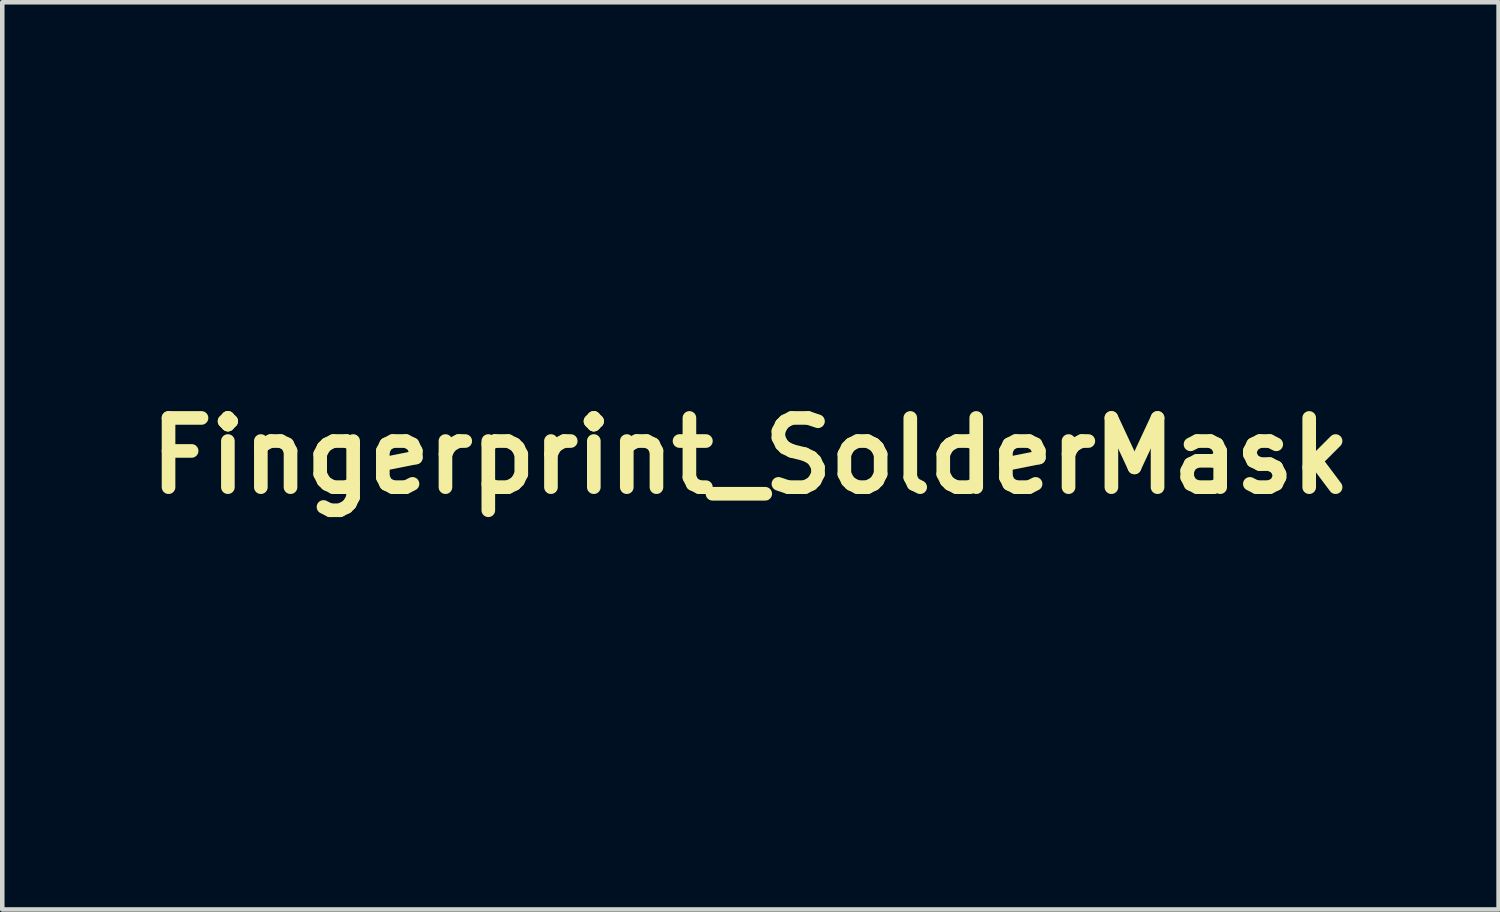
<source format=kicad_pcb>
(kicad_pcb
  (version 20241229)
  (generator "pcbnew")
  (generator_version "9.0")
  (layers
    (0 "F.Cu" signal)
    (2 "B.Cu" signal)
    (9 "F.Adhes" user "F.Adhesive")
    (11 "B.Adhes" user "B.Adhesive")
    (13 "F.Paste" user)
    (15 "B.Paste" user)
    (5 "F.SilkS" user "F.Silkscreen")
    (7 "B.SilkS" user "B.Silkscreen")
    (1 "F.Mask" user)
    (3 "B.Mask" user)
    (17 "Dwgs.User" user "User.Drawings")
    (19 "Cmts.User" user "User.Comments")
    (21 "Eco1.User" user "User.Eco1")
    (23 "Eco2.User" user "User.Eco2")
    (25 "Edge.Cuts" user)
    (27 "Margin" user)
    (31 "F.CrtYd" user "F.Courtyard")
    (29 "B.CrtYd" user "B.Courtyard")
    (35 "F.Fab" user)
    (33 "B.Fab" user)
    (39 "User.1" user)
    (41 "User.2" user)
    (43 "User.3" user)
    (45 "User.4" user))
  (footprint "Fingerprint_SolderMask"
    (layer "F.Cu")
    (at 13.469 6.985)
    (property "Reference" "Fingerprint_SolderMask" (at 0 0 0) (layer "F.SilkS") (effects (font (size 1.524 1.524) (thickness 0.3))))
    (attr through_hole)
    (fp_poly (pts (xy 2.228 4.895) (xy 2.294 4.943) (xy 2.367 5.038) (xy 2.456 5.187) (xy 2.509 5.283) (xy 2.599 5.448) (xy 2.692 5.614) (xy 2.773 5.756) (xy 2.811 5.821) (xy 2.891 5.972) (xy 2.923 6.084) (xy 2.906 6.167) (xy 2.85 6.225) (xy 2.763 6.272) (xy 2.691 6.267) (xy 2.62 6.226) (xy 2.565 6.168) (xy 2.485 6.059) (xy 2.39 5.912) (xy 2.286 5.74) (xy 2.181 5.554) (xy 2.083 5.368) (xy 2.01 5.196) (xy 1.985 5.068) (xy 2.01 4.976) (xy 2.083 4.914) (xy 2.09 4.911) (xy 2.163 4.887) (xy 2.228 4.895)) (stroke (width 0.01) (type solid)) (fill yes) (layer "F.Mask"))
    (fp_poly (pts (xy -1.786 5.441) (xy -1.697 5.482) (xy -1.684 5.495) (xy -1.651 5.548) (xy -1.599 5.654) (xy -1.533 5.799) (xy -1.461 5.97) (xy -1.429 6.049) (xy -1.35 6.246) (xy -1.298 6.39) (xy -1.267 6.491) (xy -1.256 6.56) (xy -1.261 6.607) (xy -1.267 6.622) (xy -1.33 6.687) (xy -1.424 6.707) (xy -1.527 6.684) (xy -1.615 6.616) (xy -1.618 6.613) (xy -1.663 6.538) (xy -1.722 6.415) (xy -1.789 6.261) (xy -1.857 6.093) (xy -1.919 5.926) (xy -1.97 5.778) (xy -2.002 5.664) (xy -2.011 5.61) (xy -1.996 5.524) (xy -1.968 5.475) (xy -1.888 5.438) (xy -1.786 5.441)) (stroke (width 0.01) (type solid)) (fill yes) (layer "F.Mask"))
    (fp_poly (pts (xy 0.429 4.521) (xy 0.435 4.524) (xy 0.468 4.571) (xy 0.521 4.671) (xy 0.587 4.813) (xy 0.661 4.982) (xy 0.701 5.08) (xy 0.905 5.563) (xy 1.103 5.981) (xy 1.293 6.334) (xy 1.327 6.39) (xy 1.414 6.56) (xy 1.444 6.691) (xy 1.419 6.784) (xy 1.404 6.802) (xy 1.321 6.84) (xy 1.214 6.835) (xy 1.112 6.79) (xy 1.083 6.765) (xy 1.022 6.684) (xy 0.941 6.549) (xy 0.845 6.372) (xy 0.739 6.163) (xy 0.629 5.934) (xy 0.518 5.694) (xy 0.413 5.455) (xy 0.317 5.229) (xy 0.237 5.025) (xy 0.176 4.854) (xy 0.14 4.729) (xy 0.133 4.678) (xy 0.159 4.572) (xy 0.23 4.504) (xy 0.326 4.483) (xy 0.429 4.521)) (stroke (width 0.01) (type solid)) (fill yes) (layer "F.Mask"))
    (fp_poly (pts (xy 3.963 2.795) (xy 4.016 2.833) (xy 4.041 2.882) (xy 4.084 2.984) (xy 4.138 3.123) (xy 4.197 3.286) (xy 4.2 3.296) (xy 4.273 3.494) (xy 4.354 3.703) (xy 4.433 3.895) (xy 4.484 4.013) (xy 4.545 4.151) (xy 4.592 4.271) (xy 4.618 4.354) (xy 4.621 4.375) (xy 4.592 4.467) (xy 4.516 4.527) (xy 4.417 4.548) (xy 4.316 4.521) (xy 4.294 4.507) (xy 4.25 4.45) (xy 4.188 4.339) (xy 4.114 4.185) (xy 4.033 4.002) (xy 3.949 3.802) (xy 3.868 3.597) (xy 3.794 3.4) (xy 3.733 3.223) (xy 3.69 3.078) (xy 3.67 2.979) (xy 3.669 2.962) (xy 3.699 2.878) (xy 3.774 2.816) (xy 3.87 2.785) (xy 3.963 2.795)) (stroke (width 0.01) (type solid)) (fill yes) (layer "F.Mask"))
    (fp_poly (pts (xy 2.873 1.372) (xy 2.924 1.438) (xy 2.968 1.551) (xy 3.011 1.719) (xy 3.054 1.945) (xy 3.207 2.683) (xy 3.401 3.368) (xy 3.638 4.008) (xy 3.887 4.547) (xy 3.992 4.758) (xy 4.064 4.916) (xy 4.106 5.032) (xy 4.122 5.114) (xy 4.114 5.172) (xy 4.085 5.214) (xy 4.004 5.252) (xy 3.898 5.248) (xy 3.799 5.206) (xy 3.774 5.185) (xy 3.723 5.116) (xy 3.652 4.992) (xy 3.565 4.827) (xy 3.47 4.632) (xy 3.37 4.419) (xy 3.273 4.2) (xy 3.184 3.986) (xy 3.107 3.791) (xy 3.07 3.687) (xy 2.84 2.918) (xy 2.664 2.121) (xy 2.643 2) (xy 2.608 1.778) (xy 2.592 1.615) (xy 2.596 1.501) (xy 2.622 1.426) (xy 2.67 1.38) (xy 2.736 1.355) (xy 2.812 1.347) (xy 2.873 1.372)) (stroke (width 0.01) (type solid)) (fill yes) (layer "F.Mask"))
    (fp_poly (pts (xy 0.207 -6.975) (xy 0.626 -6.953) (xy 1.003 -6.914) (xy 1.363 -6.852) (xy 1.734 -6.766) (xy 1.826 -6.741) (xy 1.961 -6.682) (xy 2.044 -6.598) (xy 2.068 -6.499) (xy 2.052 -6.438) (xy 2.012 -6.378) (xy 1.951 -6.343) (xy 1.858 -6.334) (xy 1.723 -6.348) (xy 1.534 -6.386) (xy 1.482 -6.398) (xy 1.049 -6.486) (xy 0.633 -6.542) (xy 0.203 -6.568) (xy -0.071 -6.571) (xy -0.606 -6.548) (xy -1.12 -6.482) (xy -1.644 -6.369) (xy -1.718 -6.35) (xy -1.875 -6.308) (xy -2.006 -6.274) (xy -2.097 -6.252) (xy -2.133 -6.244) (xy -2.169 -6.266) (xy -2.223 -6.315) (xy -2.287 -6.414) (xy -2.283 -6.509) (xy -2.214 -6.597) (xy -2.082 -6.675) (xy -1.953 -6.72) (xy -1.5 -6.837) (xy -1.058 -6.917) (xy -0.606 -6.964) (xy -0.123 -6.98) (xy 0.207 -6.975)) (stroke (width 0.01) (type solid)) (fill yes) (layer "F.Mask"))
    (fp_poly (pts (xy -4.08 2.007) (xy -4.058 2.027) (xy -4.038 2.079) (xy -4.012 2.187) (xy -3.981 2.339) (xy -3.95 2.52) (xy -3.932 2.636) (xy -3.84 3.202) (xy -3.735 3.758) (xy -3.621 4.286) (xy -3.5 4.771) (xy -3.423 5.044) (xy -3.393 5.194) (xy -3.391 5.323) (xy -3.418 5.413) (xy -3.429 5.426) (xy -3.51 5.463) (xy -3.612 5.46) (xy -3.702 5.418) (xy -3.715 5.405) (xy -3.755 5.334) (xy -3.804 5.202) (xy -3.86 5.018) (xy -3.922 4.791) (xy -3.987 4.529) (xy -4.054 4.241) (xy -4.12 3.936) (xy -4.184 3.623) (xy -4.243 3.31) (xy -4.296 3.006) (xy -4.341 2.721) (xy -4.359 2.584) (xy -4.383 2.394) (xy -4.398 2.262) (xy -4.403 2.174) (xy -4.398 2.117) (xy -4.383 2.079) (xy -4.358 2.048) (xy -4.357 2.046) (xy -4.271 1.992) (xy -4.169 1.978) (xy -4.08 2.007)) (stroke (width 0.01) (type solid)) (fill yes) (layer "F.Mask"))
    (fp_poly (pts (xy -2.798 -4.512) (xy -2.729 -4.444) (xy -2.705 -4.348) (xy -2.717 -4.284) (xy -2.756 -4.231) (xy -2.836 -4.149) (xy -2.944 -4.052) (xy -3.004 -4.003) (xy -3.449 -3.604) (xy -3.831 -3.177) (xy -4.154 -2.716) (xy -4.419 -2.218) (xy -4.63 -1.678) (xy -4.659 -1.587) (xy -4.711 -1.43) (xy -4.761 -1.294) (xy -4.803 -1.195) (xy -4.827 -1.155) (xy -4.914 -1.102) (xy -5.021 -1.104) (xy -5.096 -1.141) (xy -5.135 -1.183) (xy -5.149 -1.247) (xy -5.142 -1.354) (xy -5.141 -1.367) (xy -5.095 -1.596) (xy -5.012 -1.865) (xy -4.897 -2.16) (xy -4.757 -2.467) (xy -4.597 -2.772) (xy -4.424 -3.059) (xy -4.393 -3.105) (xy -4.24 -3.318) (xy -4.058 -3.542) (xy -3.857 -3.768) (xy -3.647 -3.985) (xy -3.441 -4.181) (xy -3.248 -4.346) (xy -3.078 -4.47) (xy -3.004 -4.513) (xy -2.895 -4.54) (xy -2.798 -4.512)) (stroke (width 0.01) (type solid)) (fill yes) (layer "F.Mask"))
    (fp_poly (pts (xy 1.637 -5.982) (xy 1.794 -5.938) (xy 1.988 -5.872) (xy 2.205 -5.788) (xy 2.433 -5.691) (xy 2.658 -5.587) (xy 2.868 -5.481) (xy 2.954 -5.434) (xy 3.157 -5.311) (xy 3.368 -5.17) (xy 3.579 -5.018) (xy 3.781 -4.861) (xy 3.967 -4.706) (xy 4.127 -4.56) (xy 4.254 -4.431) (xy 4.339 -4.325) (xy 4.374 -4.249) (xy 4.375 -4.242) (xy 4.35 -4.16) (xy 4.292 -4.081) (xy 4.221 -4.03) (xy 4.189 -4.023) (xy 4.124 -4.04) (xy 4.075 -4.062) (xy 4.015 -4.105) (xy 3.925 -4.182) (xy 3.821 -4.277) (xy 3.81 -4.288) (xy 3.442 -4.605) (xy 3.022 -4.9) (xy 2.57 -5.163) (xy 2.103 -5.382) (xy 1.836 -5.484) (xy 1.679 -5.542) (xy 1.543 -5.597) (xy 1.444 -5.644) (xy 1.403 -5.669) (xy 1.349 -5.758) (xy 1.349 -5.855) (xy 1.397 -5.94) (xy 1.482 -5.991) (xy 1.529 -5.997) (xy 1.637 -5.982)) (stroke (width 0.01) (type solid)) (fill yes) (layer "F.Mask"))
    (fp_poly (pts (xy 1.289 0.73) (xy 1.347 0.827) (xy 1.354 0.858) (xy 1.363 0.918) (xy 1.377 1.035) (xy 1.394 1.194) (xy 1.414 1.381) (xy 1.426 1.495) (xy 1.519 2.18) (xy 1.654 2.872) (xy 1.826 3.538) (xy 1.839 3.584) (xy 1.906 3.811) (xy 1.955 3.98) (xy 1.985 4.103) (xy 1.999 4.187) (xy 1.999 4.245) (xy 1.985 4.286) (xy 1.959 4.32) (xy 1.944 4.336) (xy 1.86 4.398) (xy 1.781 4.399) (xy 1.702 4.356) (xy 1.646 4.285) (xy 1.582 4.153) (xy 1.514 3.967) (xy 1.442 3.736) (xy 1.368 3.467) (xy 1.295 3.169) (xy 1.225 2.849) (xy 1.159 2.516) (xy 1.099 2.178) (xy 1.048 1.844) (xy 1.006 1.52) (xy 0.983 1.293) (xy 0.967 1.099) (xy 0.958 0.963) (xy 0.957 0.872) (xy 0.964 0.813) (xy 0.98 0.773) (xy 1.005 0.741) (xy 1.098 0.681) (xy 1.199 0.679) (xy 1.289 0.73)) (stroke (width 0.01) (type solid)) (fill yes) (layer "F.Mask"))
    (fp_poly (pts (xy 2.202 -1.995) (xy 2.232 -1.98) (xy 2.306 -1.915) (xy 2.395 -1.797) (xy 2.492 -1.64) (xy 2.59 -1.456) (xy 2.68 -1.259) (xy 2.756 -1.062) (xy 2.757 -1.058) (xy 2.797 -0.94) (xy 2.826 -0.84) (xy 2.847 -0.744) (xy 2.862 -0.638) (xy 2.871 -0.509) (xy 2.878 -0.342) (xy 2.884 -0.123) (xy 2.886 -0.031) (xy 2.89 0.253) (xy 2.888 0.469) (xy 2.881 0.622) (xy 2.868 0.713) (xy 2.86 0.736) (xy 2.793 0.795) (xy 2.699 0.81) (xy 2.604 0.781) (xy 2.565 0.749) (xy 2.543 0.712) (xy 2.526 0.648) (xy 2.512 0.548) (xy 2.502 0.402) (xy 2.492 0.199) (xy 2.488 0.08) (xy 2.467 -0.288) (xy 2.431 -0.601) (xy 2.375 -0.873) (xy 2.294 -1.119) (xy 2.186 -1.353) (xy 2.046 -1.59) (xy 2.022 -1.626) (xy 1.957 -1.761) (xy 1.958 -1.871) (xy 2.025 -1.956) (xy 2.052 -1.973) (xy 2.133 -2.006) (xy 2.202 -1.995)) (stroke (width 0.01) (type solid)) (fill yes) (layer "F.Mask"))
    (fp_poly (pts (xy -2.642 0.526) (xy -2.599 0.573) (xy -2.576 0.645) (xy -2.553 0.781) (xy -2.531 0.977) (xy -2.511 1.226) (xy -2.509 1.246) (xy -2.445 1.979) (xy -2.353 2.672) (xy -2.23 3.354) (xy -2.072 4.052) (xy -2.044 4.162) (xy -1.997 4.352) (xy -1.956 4.52) (xy -1.926 4.655) (xy -1.908 4.741) (xy -1.905 4.765) (xy -1.935 4.841) (xy -2.008 4.907) (xy -2.095 4.939) (xy -2.105 4.939) (xy -2.183 4.914) (xy -2.238 4.871) (xy -2.287 4.787) (xy -2.343 4.643) (xy -2.404 4.445) (xy -2.468 4.202) (xy -2.534 3.923) (xy -2.6 3.616) (xy -2.664 3.289) (xy -2.724 2.952) (xy -2.779 2.611) (xy -2.827 2.277) (xy -2.866 1.957) (xy -2.889 1.729) (xy -2.915 1.427) (xy -2.935 1.187) (xy -2.948 1.001) (xy -2.955 0.861) (xy -2.955 0.758) (xy -2.95 0.685) (xy -2.939 0.634) (xy -2.922 0.595) (xy -2.913 0.582) (xy -2.833 0.511) (xy -2.734 0.492) (xy -2.642 0.526)) (stroke (width 0.01) (type solid)) (fill yes) (layer "F.Mask"))
    (fp_poly (pts (xy -1.725 2.384) (xy -1.645 2.436) (xy -1.625 2.465) (xy -1.605 2.526) (xy -1.578 2.637) (xy -1.55 2.78) (xy -1.535 2.86) (xy -1.43 3.394) (xy -1.29 3.965) (xy -1.122 4.551) (xy -0.933 5.132) (xy -0.729 5.686) (xy -0.529 6.167) (xy -0.447 6.353) (xy -0.377 6.519) (xy -0.323 6.654) (xy -0.29 6.746) (xy -0.282 6.779) (xy -0.309 6.844) (xy -0.361 6.895) (xy -0.426 6.937) (xy -0.473 6.944) (xy -0.539 6.918) (xy -0.564 6.905) (xy -0.626 6.847) (xy -0.706 6.729) (xy -0.8 6.559) (xy -0.904 6.344) (xy -1.016 6.092) (xy -1.133 5.81) (xy -1.249 5.506) (xy -1.363 5.188) (xy -1.432 4.985) (xy -1.514 4.723) (xy -1.595 4.441) (xy -1.674 4.148) (xy -1.748 3.853) (xy -1.815 3.566) (xy -1.874 3.295) (xy -1.922 3.049) (xy -1.957 2.839) (xy -1.977 2.672) (xy -1.981 2.559) (xy -1.974 2.519) (xy -1.911 2.429) (xy -1.821 2.383) (xy -1.725 2.384)) (stroke (width 0.01) (type solid)) (fill yes) (layer "F.Mask"))
    (fp_poly (pts (xy 4.819 -2.051) (xy 4.885 -1.99) (xy 4.946 -1.874) (xy 5.008 -1.697) (xy 5.04 -1.587) (xy 5.104 -1.33) (xy 5.155 -1.074) (xy 5.192 -0.804) (xy 5.218 -0.503) (xy 5.236 -0.157) (xy 5.242 0.053) (xy 5.25 0.308) (xy 5.262 0.571) (xy 5.278 0.821) (xy 5.294 1.04) (xy 5.311 1.205) (xy 5.34 1.451) (xy 5.356 1.635) (xy 5.357 1.767) (xy 5.343 1.855) (xy 5.311 1.907) (xy 5.26 1.933) (xy 5.189 1.94) (xy 5.18 1.94) (xy 5.076 1.908) (xy 5.026 1.855) (xy 4.981 1.747) (xy 4.941 1.569) (xy 4.906 1.321) (xy 4.876 1.004) (xy 4.852 0.619) (xy 4.834 0.194) (xy 4.822 -0.123) (xy 4.81 -0.383) (xy 4.796 -0.598) (xy 4.779 -0.78) (xy 4.756 -0.942) (xy 4.728 -1.098) (xy 4.691 -1.26) (xy 4.645 -1.44) (xy 4.635 -1.476) (xy 4.586 -1.678) (xy 4.563 -1.824) (xy 4.566 -1.925) (xy 4.597 -1.992) (xy 4.651 -2.032) (xy 4.742 -2.063) (xy 4.819 -2.051)) (stroke (width 0.01) (type solid)) (fill yes) (layer "F.Mask"))
    (fp_poly (pts (xy 0.348 -6.185) (xy 0.495 -6.176) (xy 0.596 -6.159) (xy 0.661 -6.132) (xy 0.696 -6.093) (xy 0.711 -6.04) (xy 0.714 -5.977) (xy 0.71 -5.921) (xy 0.692 -5.877) (xy 0.652 -5.844) (xy 0.582 -5.821) (xy 0.474 -5.804) (xy 0.319 -5.792) (xy 0.11 -5.783) (xy -0.151 -5.775) (xy -0.581 -5.756) (xy -0.959 -5.721) (xy -1.301 -5.664) (xy -1.626 -5.583) (xy -1.95 -5.472) (xy -2.29 -5.328) (xy -2.522 -5.218) (xy -3.015 -4.943) (xy -3.483 -4.614) (xy -3.937 -4.222) (xy -3.953 -4.207) (xy -4.12 -4.053) (xy -4.249 -3.95) (xy -4.348 -3.893) (xy -4.424 -3.878) (xy -4.484 -3.902) (xy -4.516 -3.934) (xy -4.555 -4.006) (xy -4.556 -4.089) (xy -4.515 -4.187) (xy -4.429 -4.306) (xy -4.292 -4.453) (xy -4.103 -4.632) (xy -4.025 -4.701) (xy -3.516 -5.108) (xy -2.971 -5.454) (xy -2.391 -5.739) (xy -1.777 -5.962) (xy -1.195 -6.11) (xy -1.045 -6.138) (xy -0.898 -6.159) (xy -0.738 -6.173) (xy -0.551 -6.182) (xy -0.319 -6.187) (xy -0.116 -6.188) (xy 0.147 -6.188) (xy 0.348 -6.185)) (stroke (width 0.01) (type solid)) (fill yes) (layer "F.Mask"))
    (fp_poly (pts (xy -4.97 -0.427) (xy -4.922 -0.379) (xy -4.898 -0.319) (xy -4.893 -0.225) (xy -4.895 -0.153) (xy -4.896 -0.016) (xy -4.893 0.178) (xy -4.886 0.416) (xy -4.876 0.684) (xy -4.862 0.97) (xy -4.846 1.259) (xy -4.829 1.539) (xy -4.811 1.796) (xy -4.793 2.016) (xy -4.779 2.152) (xy -4.752 2.382) (xy -4.718 2.638) (xy -4.683 2.887) (xy -4.656 3.061) (xy -4.619 3.301) (xy -4.597 3.481) (xy -4.592 3.609) (xy -4.605 3.693) (xy -4.638 3.743) (xy -4.693 3.768) (xy -4.771 3.775) (xy -4.786 3.775) (xy -4.88 3.759) (xy -4.938 3.7) (xy -4.951 3.678) (xy -4.977 3.599) (xy -5.009 3.46) (xy -5.044 3.27) (xy -5.083 3.039) (xy -5.122 2.777) (xy -5.16 2.493) (xy -5.196 2.197) (xy -5.207 2.099) (xy -5.226 1.901) (xy -5.242 1.669) (xy -5.256 1.413) (xy -5.267 1.142) (xy -5.276 0.866) (xy -5.282 0.594) (xy -5.285 0.337) (xy -5.285 0.104) (xy -5.281 -0.096) (xy -5.274 -0.252) (xy -5.263 -0.355) (xy -5.251 -0.393) (xy -5.156 -0.465) (xy -5.05 -0.47) (xy -4.97 -0.427)) (stroke (width 0.01) (type solid)) (fill yes) (layer "F.Mask"))
    (fp_poly (pts (xy -1.101 -1.876) (xy -1.038 -1.795) (xy -1.023 -1.702) (xy -1.046 -1.648) (xy -1.108 -1.56) (xy -1.197 -1.453) (xy -1.237 -1.409) (xy -1.435 -1.162) (xy -1.594 -0.888) (xy -1.704 -0.609) (xy -1.731 -0.503) (xy -1.745 -0.408) (xy -1.754 -0.275) (xy -1.758 -0.099) (xy -1.758 0.129) (xy -1.753 0.416) (xy -1.748 0.617) (xy -1.741 0.87) (xy -1.734 1.104) (xy -1.729 1.309) (xy -1.724 1.474) (xy -1.721 1.588) (xy -1.72 1.637) (xy -1.747 1.739) (xy -1.816 1.807) (xy -1.906 1.834) (xy -1.998 1.813) (xy -2.062 1.753) (xy -2.089 1.678) (xy -2.114 1.544) (xy -2.136 1.36) (xy -2.154 1.138) (xy -2.169 0.889) (xy -2.179 0.623) (xy -2.183 0.351) (xy -2.181 0.084) (xy -2.18 0.019) (xy -2.172 -0.207) (xy -2.162 -0.379) (xy -2.148 -0.512) (xy -2.128 -0.624) (xy -2.099 -0.73) (xy -2.073 -0.811) (xy -1.969 -1.077) (xy -1.852 -1.297) (xy -1.706 -1.498) (xy -1.552 -1.667) (xy -1.434 -1.784) (xy -1.348 -1.856) (xy -1.28 -1.893) (xy -1.216 -1.905) (xy -1.208 -1.905) (xy -1.101 -1.876)) (stroke (width 0.01) (type solid)) (fill yes) (layer "F.Mask"))
    (fp_poly (pts (xy 0.165 -5.421) (xy 0.481 -5.402) (xy 0.775 -5.371) (xy 1.024 -5.33) (xy 1.027 -5.329) (xy 1.629 -5.167) (xy 2.194 -4.944) (xy 2.723 -4.662) (xy 3.212 -4.322) (xy 3.66 -3.924) (xy 4.066 -3.471) (xy 4.342 -3.093) (xy 4.453 -2.918) (xy 4.52 -2.787) (xy 4.544 -2.69) (xy 4.529 -2.618) (xy 4.475 -2.562) (xy 4.472 -2.56) (xy 4.386 -2.512) (xy 4.314 -2.517) (xy 4.245 -2.557) (xy 4.194 -2.608) (xy 4.118 -2.703) (xy 4.027 -2.827) (xy 3.964 -2.919) (xy 3.718 -3.244) (xy 3.421 -3.567) (xy 3.087 -3.874) (xy 2.732 -4.153) (xy 2.372 -4.39) (xy 2.045 -4.562) (xy 1.673 -4.717) (xy 1.322 -4.833) (xy 0.969 -4.915) (xy 0.594 -4.967) (xy 0.176 -4.995) (xy 0.123 -4.997) (xy -0.233 -5.002) (xy -0.542 -4.99) (xy -0.825 -4.959) (xy -1.106 -4.904) (xy -1.404 -4.825) (xy -1.568 -4.774) (xy -1.739 -4.72) (xy -1.857 -4.686) (xy -1.933 -4.67) (xy -1.982 -4.67) (xy -2.017 -4.686) (xy -2.045 -4.709) (xy -2.103 -4.8) (xy -2.112 -4.908) (xy -2.07 -5.001) (xy -2.055 -5.017) (xy -1.968 -5.069) (xy -1.824 -5.128) (xy -1.638 -5.19) (xy -1.42 -5.251) (xy -1.186 -5.309) (xy -0.948 -5.358) (xy -0.719 -5.396) (xy -0.688 -5.4) (xy -0.442 -5.421) (xy -0.15 -5.428) (xy 0.165 -5.421)) (stroke (width 0.01) (type solid)) (fill yes) (layer "F.Mask"))
    (fp_poly (pts (xy 0.352 -3.066) (xy 0.608 -3.03) (xy 0.721 -3.004) (xy 0.915 -2.942) (xy 1.113 -2.865) (xy 1.299 -2.779) (xy 1.456 -2.692) (xy 1.566 -2.614) (xy 1.586 -2.594) (xy 1.646 -2.494) (xy 1.651 -2.393) (xy 1.602 -2.312) (xy 1.545 -2.279) (xy 1.492 -2.268) (xy 1.426 -2.276) (xy 1.334 -2.306) (xy 1.201 -2.362) (xy 1.104 -2.407) (xy 0.782 -2.541) (xy 0.485 -2.627) (xy 0.192 -2.67) (xy -0.12 -2.673) (xy -0.156 -2.672) (xy -0.573 -2.616) (xy -0.964 -2.496) (xy -1.324 -2.319) (xy -1.649 -2.088) (xy -1.931 -1.807) (xy -2.167 -1.481) (xy -2.351 -1.115) (xy -2.478 -0.713) (xy -2.489 -0.663) (xy -2.515 -0.523) (xy -2.533 -0.397) (xy -2.54 -0.315) (xy -2.567 -0.208) (xy -2.636 -0.12) (xy -2.726 -0.073) (xy -2.752 -0.071) (xy -2.828 -0.094) (xy -2.896 -0.144) (xy -2.936 -0.194) (xy -2.955 -0.254) (xy -2.955 -0.345) (xy -2.946 -0.435) (xy -2.886 -0.784) (xy -2.783 -1.138) (xy -2.645 -1.473) (xy -2.481 -1.766) (xy -2.466 -1.788) (xy -2.332 -1.963) (xy -2.162 -2.154) (xy -1.976 -2.341) (xy -1.796 -2.5) (xy -1.733 -2.549) (xy -1.534 -2.678) (xy -1.291 -2.805) (xy -1.031 -2.917) (xy -0.782 -3.003) (xy -0.723 -3.019) (xy -0.496 -3.06) (xy -0.224 -3.081) (xy 0.066 -3.083) (xy 0.352 -3.066)) (stroke (width 0.01) (type solid)) (fill yes) (layer "F.Mask"))
    (fp_poly (pts (xy -0.65 -4.545) (xy -0.607 -4.468) (xy -0.6 -4.389) (xy -0.607 -4.317) (xy -0.638 -4.263) (xy -0.703 -4.219) (xy -0.814 -4.177) (xy -0.981 -4.132) (xy -1.008 -4.125) (xy -1.505 -3.968) (xy -1.964 -3.756) (xy -2.391 -3.484) (xy -2.791 -3.149) (xy -2.967 -2.974) (xy -3.31 -2.566) (xy -3.592 -2.126) (xy -3.816 -1.648) (xy -3.893 -1.437) (xy -3.951 -1.248) (xy -3.998 -1.067) (xy -4.033 -0.879) (xy -4.059 -0.675) (xy -4.077 -0.442) (xy -4.087 -0.168) (xy -4.092 0.158) (xy -4.092 0.356) (xy -4.092 0.634) (xy -4.094 0.849) (xy -4.097 1.011) (xy -4.102 1.128) (xy -4.11 1.209) (xy -4.122 1.261) (xy -4.137 1.295) (xy -4.157 1.317) (xy -4.258 1.37) (xy -4.362 1.355) (xy -4.431 1.301) (xy -4.451 1.275) (xy -4.466 1.241) (xy -4.478 1.19) (xy -4.486 1.113) (xy -4.492 1.003) (xy -4.495 0.851) (xy -4.497 0.649) (xy -4.498 0.389) (xy -4.498 0.252) (xy -4.497 -0.09) (xy -4.492 -0.374) (xy -4.482 -0.611) (xy -4.465 -0.812) (xy -4.441 -0.991) (xy -4.407 -1.158) (xy -4.363 -1.325) (xy -4.307 -1.505) (xy -4.279 -1.587) (xy -4.07 -2.098) (xy -3.803 -2.577) (xy -3.483 -3.02) (xy -3.115 -3.42) (xy -2.706 -3.77) (xy -2.26 -4.065) (xy -2.112 -4.145) (xy -1.914 -4.239) (xy -1.688 -4.333) (xy -1.453 -4.42) (xy -1.226 -4.494) (xy -1.026 -4.548) (xy -0.882 -4.575) (xy -0.739 -4.579) (xy -0.65 -4.545)) (stroke (width 0.01) (type solid)) (fill yes) (layer "F.Mask"))
    (fp_poly (pts (xy -2.789 -2.314) (xy -2.775 -2.299) (xy -2.731 -2.231) (xy -2.723 -2.152) (xy -2.752 -2.05) (xy -2.822 -1.91) (xy -2.858 -1.847) (xy -3.065 -1.427) (xy -3.215 -0.978) (xy -3.265 -0.758) (xy -3.283 -0.65) (xy -3.297 -0.539) (xy -3.306 -0.415) (xy -3.311 -0.265) (xy -3.313 -0.081) (xy -3.312 0.149) (xy -3.308 0.436) (xy -3.306 0.547) (xy -3.298 0.839) (xy -3.288 1.135) (xy -3.274 1.419) (xy -3.259 1.675) (xy -3.243 1.888) (xy -3.231 2.011) (xy -3.079 3.05) (xy -2.869 4.067) (xy -2.604 5.051) (xy -2.468 5.478) (xy -2.39 5.717) (xy -2.334 5.899) (xy -2.302 6.032) (xy -2.29 6.125) (xy -2.299 6.187) (xy -2.327 6.227) (xy -2.374 6.254) (xy -2.383 6.258) (xy -2.48 6.278) (xy -2.569 6.247) (xy -2.601 6.226) (xy -2.645 6.167) (xy -2.703 6.048) (xy -2.771 5.876) (xy -2.847 5.661) (xy -2.929 5.41) (xy -3.014 5.132) (xy -3.1 4.834) (xy -3.184 4.527) (xy -3.263 4.216) (xy -3.335 3.912) (xy -3.397 3.622) (xy -3.402 3.598) (xy -3.51 3.022) (xy -3.593 2.48) (xy -3.653 1.95) (xy -3.693 1.412) (xy -3.715 0.845) (xy -3.72 0.3) (xy -3.72 0.003) (xy -3.719 -0.233) (xy -3.716 -0.42) (xy -3.711 -0.567) (xy -3.703 -0.684) (xy -3.691 -0.782) (xy -3.675 -0.871) (xy -3.654 -0.962) (xy -3.627 -1.064) (xy -3.624 -1.075) (xy -3.562 -1.272) (xy -3.48 -1.49) (xy -3.385 -1.711) (xy -3.286 -1.92) (xy -3.189 -2.098) (xy -3.104 -2.23) (xy -3.085 -2.253) (xy -2.983 -2.339) (xy -2.882 -2.36) (xy -2.789 -2.314)) (stroke (width 0.01) (type solid)) (fill yes) (layer "F.Mask"))
    (fp_poly (pts (xy 0.23 -2.3) (xy 0.344 -2.281) (xy 0.727 -2.175) (xy 1.072 -2.011) (xy 1.376 -1.789) (xy 1.637 -1.514) (xy 1.853 -1.186) (xy 2.004 -0.851) (xy 2.032 -0.77) (xy 2.054 -0.691) (xy 2.071 -0.602) (xy 2.085 -0.493) (xy 2.096 -0.352) (xy 2.105 -0.167) (xy 2.115 0.07) (xy 2.12 0.215) (xy 2.141 0.701) (xy 2.171 1.135) (xy 2.211 1.534) (xy 2.263 1.917) (xy 2.329 2.301) (xy 2.347 2.395) (xy 2.493 3.032) (xy 2.679 3.658) (xy 2.9 4.259) (xy 3.151 4.821) (xy 3.427 5.33) (xy 3.436 5.346) (xy 3.519 5.498) (xy 3.556 5.61) (xy 3.549 5.694) (xy 3.5 5.761) (xy 3.499 5.762) (xy 3.399 5.815) (xy 3.297 5.798) (xy 3.203 5.724) (xy 3.086 5.573) (xy 2.956 5.362) (xy 2.82 5.102) (xy 2.679 4.802) (xy 2.539 4.471) (xy 2.404 4.119) (xy 2.278 3.756) (xy 2.164 3.39) (xy 2.081 3.087) (xy 1.963 2.583) (xy 1.87 2.091) (xy 1.8 1.591) (xy 1.75 1.065) (xy 1.718 0.495) (xy 1.711 0.282) (xy 1.698 -0.034) (xy 1.681 -0.291) (xy 1.656 -0.5) (xy 1.62 -0.673) (xy 1.573 -0.822) (xy 1.51 -0.957) (xy 1.43 -1.091) (xy 1.414 -1.115) (xy 1.194 -1.391) (xy 0.942 -1.606) (xy 0.655 -1.762) (xy 0.33 -1.86) (xy -0.038 -1.903) (xy -0.151 -1.905) (xy -0.304 -1.908) (xy -0.403 -1.917) (xy -0.465 -1.938) (xy -0.508 -1.972) (xy -0.51 -1.974) (xy -0.553 -2.067) (xy -0.539 -2.167) (xy -0.475 -2.248) (xy -0.458 -2.258) (xy -0.341 -2.295) (xy -0.175 -2.315) (xy 0.022 -2.317) (xy 0.23 -2.3)) (stroke (width 0.01) (type solid)) (fill yes) (layer "F.Mask"))
    (fp_poly (pts (xy 0.322 -4.645) (xy 0.454 -4.631) (xy 0.519 -4.623) (xy 1.077 -4.518) (xy 1.596 -4.355) (xy 2.082 -4.132) (xy 2.539 -3.846) (xy 2.971 -3.495) (xy 3.065 -3.407) (xy 3.425 -3.016) (xy 3.74 -2.58) (xy 4.004 -2.11) (xy 4.21 -1.618) (xy 4.354 -1.113) (xy 4.392 -0.919) (xy 4.408 -0.789) (xy 4.424 -0.605) (xy 4.439 -0.383) (xy 4.451 -0.141) (xy 4.46 0.105) (xy 4.461 0.127) (xy 4.485 0.701) (xy 4.529 1.221) (xy 4.595 1.704) (xy 4.685 2.164) (xy 4.801 2.618) (xy 4.833 2.727) (xy 4.884 2.9) (xy 4.917 3.019) (xy 4.932 3.098) (xy 4.932 3.149) (xy 4.918 3.185) (xy 4.895 3.218) (xy 4.803 3.289) (xy 4.702 3.294) (xy 4.61 3.237) (xy 4.555 3.16) (xy 4.498 3.032) (xy 4.435 2.848) (xy 4.367 2.604) (xy 4.29 2.294) (xy 4.289 2.288) (xy 4.227 2.008) (xy 4.178 1.739) (xy 4.138 1.467) (xy 4.108 1.176) (xy 4.084 0.853) (xy 4.066 0.481) (xy 4.058 0.265) (xy 4.045 -0.084) (xy 4.029 -0.374) (xy 4.01 -0.618) (xy 3.984 -0.827) (xy 3.952 -1.014) (xy 3.91 -1.191) (xy 3.858 -1.37) (xy 3.821 -1.482) (xy 3.624 -1.958) (xy 3.366 -2.405) (xy 3.053 -2.816) (xy 2.692 -3.187) (xy 2.288 -3.511) (xy 1.847 -3.781) (xy 1.375 -3.993) (xy 1.254 -4.036) (xy 1.08 -4.088) (xy 0.881 -4.137) (xy 0.676 -4.181) (xy 0.487 -4.213) (xy 0.336 -4.231) (xy 0.285 -4.233) (xy 0.167 -4.258) (xy 0.082 -4.323) (xy 0.037 -4.411) (xy 0.041 -4.505) (xy 0.1 -4.59) (xy 0.123 -4.606) (xy 0.174 -4.633) (xy 0.234 -4.646) (xy 0.322 -4.645)) (stroke (width 0.01) (type solid)) (fill yes) (layer "F.Mask"))
    (fp_poly (pts (xy 0.078 -0.749) (xy 0.247 -0.687) (xy 0.392 -0.571) (xy 0.498 -0.408) (xy 0.528 -0.326) (xy 0.548 -0.226) (xy 0.559 -0.092) (xy 0.563 0.091) (xy 0.564 0.159) (xy 0.592 0.983) (xy 0.673 1.805) (xy 0.803 2.615) (xy 0.982 3.405) (xy 1.206 4.166) (xy 1.474 4.892) (xy 1.783 5.573) (xy 2.063 6.086) (xy 2.16 6.266) (xy 2.211 6.402) (xy 2.216 6.499) (xy 2.176 6.565) (xy 2.133 6.591) (xy 2.065 6.62) (xy 2.036 6.63) (xy 2.002 6.617) (xy 1.95 6.596) (xy 1.898 6.562) (xy 1.838 6.497) (xy 1.765 6.393) (xy 1.677 6.245) (xy 1.569 6.047) (xy 1.438 5.792) (xy 1.381 5.678) (xy 1.039 4.922) (xy 0.753 4.131) (xy 0.523 3.303) (xy 0.347 2.435) (xy 0.226 1.525) (xy 0.159 0.572) (xy 0.154 0.441) (xy 0.145 0.193) (xy 0.135 0.006) (xy 0.123 -0.128) (xy 0.108 -0.217) (xy 0.091 -0.272) (xy 0.078 -0.291) (xy -0.005 -0.346) (xy -0.091 -0.334) (xy -0.163 -0.263) (xy -0.183 -0.225) (xy -0.198 -0.175) (xy -0.207 -0.103) (xy -0.211 0.002) (xy -0.21 0.149) (xy -0.206 0.349) (xy -0.201 0.54) (xy -0.167 1.199) (xy -0.103 1.858) (xy -0.013 2.497) (xy 0.101 3.099) (xy 0.178 3.428) (xy 0.226 3.639) (xy 0.244 3.793) (xy 0.231 3.897) (xy 0.186 3.959) (xy 0.106 3.984) (xy 0.066 3.986) (xy 0.005 3.983) (xy -0.045 3.967) (xy -0.088 3.931) (xy -0.126 3.869) (xy -0.163 3.771) (xy -0.202 3.631) (xy -0.246 3.442) (xy -0.298 3.195) (xy -0.335 3.016) (xy -0.456 2.334) (xy -0.547 1.641) (xy -0.608 0.959) (xy -0.634 0.311) (xy -0.634 0.176) (xy -0.63 -0.057) (xy -0.612 -0.234) (xy -0.579 -0.369) (xy -0.526 -0.477) (xy -0.449 -0.571) (xy -0.439 -0.581) (xy -0.278 -0.698) (xy -0.102 -0.753) (xy 0.078 -0.749)) (stroke (width 0.01) (type solid)) (fill yes) (layer "F.Mask"))
    (fp_poly (pts (xy -0.035 -1.53) (xy 0.231 -1.512) (xy 0.454 -1.457) (xy 0.652 -1.357) (xy 0.847 -1.203) (xy 0.92 -1.132) (xy 1.107 -0.915) (xy 1.233 -0.69) (xy 1.306 -0.438) (xy 1.332 -0.239) (xy 1.332 -0.05) (xy 1.298 0.081) (xy 1.229 0.155) (xy 1.132 0.176) (xy 1.049 0.163) (xy 0.99 0.117) (xy 0.951 0.025) (xy 0.925 -0.121) (xy 0.917 -0.192) (xy 0.861 -0.459) (xy 0.753 -0.689) (xy 0.6 -0.877) (xy 0.408 -1.016) (xy 0.185 -1.1) (xy -0.063 -1.123) (xy -0.128 -1.118) (xy -0.363 -1.063) (xy -0.571 -0.946) (xy -0.735 -0.792) (xy -0.814 -0.696) (xy -0.876 -0.604) (xy -0.922 -0.504) (xy -0.954 -0.388) (xy -0.973 -0.244) (xy -0.983 -0.063) (xy -0.984 0.166) (xy -0.979 0.452) (xy -0.977 0.528) (xy -0.965 0.886) (xy -0.951 1.193) (xy -0.932 1.468) (xy -0.907 1.729) (xy -0.875 1.996) (xy -0.833 2.288) (xy -0.811 2.434) (xy -0.641 3.34) (xy -0.423 4.2) (xy -0.153 5.024) (xy 0.171 5.82) (xy 0.403 6.31) (xy 0.503 6.512) (xy 0.572 6.662) (xy 0.613 6.77) (xy 0.629 6.846) (xy 0.623 6.898) (xy 0.598 6.938) (xy 0.593 6.943) (xy 0.515 6.978) (xy 0.41 6.981) (xy 0.313 6.953) (xy 0.274 6.923) (xy 0.239 6.87) (xy 0.18 6.767) (xy 0.105 6.627) (xy 0.02 6.464) (xy -0.01 6.403) (xy -0.367 5.617) (xy -0.674 4.784) (xy -0.931 3.909) (xy -1.136 2.998) (xy -1.287 2.056) (xy -1.323 1.764) (xy -1.348 1.504) (xy -1.369 1.22) (xy -1.385 0.925) (xy -1.397 0.629) (xy -1.404 0.347) (xy -1.405 0.089) (xy -1.401 -0.132) (xy -1.39 -0.304) (xy -1.378 -0.392) (xy -1.285 -0.7) (xy -1.133 -0.968) (xy -0.926 -1.193) (xy -0.665 -1.374) (xy -0.571 -1.422) (xy -0.441 -1.478) (xy -0.332 -1.511) (xy -0.216 -1.527) (xy -0.063 -1.53) (xy -0.035 -1.53)) (stroke (width 0.01) (type solid)) (fill yes) (layer "F.Mask"))
    (fp_poly (pts (xy 0.254 -3.864) (xy 0.736 -3.795) (xy 1.203 -3.663) (xy 1.649 -3.471) (xy 2.069 -3.221) (xy 2.455 -2.915) (xy 2.801 -2.555) (xy 2.937 -2.382) (xy 3.209 -1.967) (xy 3.416 -1.536) (xy 3.56 -1.081) (xy 3.644 -0.597) (xy 3.67 -0.111) (xy 3.685 0.447) (xy 3.725 1.027) (xy 3.787 1.588) (xy 3.797 1.658) (xy 3.821 1.837) (xy 3.835 1.959) (xy 3.839 2.039) (xy 3.832 2.091) (xy 3.814 2.126) (xy 3.793 2.152) (xy 3.698 2.213) (xy 3.597 2.209) (xy 3.502 2.138) (xy 3.495 2.13) (xy 3.445 2.054) (xy 3.422 1.996) (xy 3.422 1.994) (xy 3.417 1.943) (xy 3.403 1.839) (xy 3.382 1.7) (xy 3.367 1.602) (xy 3.351 1.468) (xy 3.334 1.279) (xy 3.317 1.047) (xy 3.302 0.788) (xy 3.289 0.516) (xy 3.281 0.318) (xy 3.265 -0.069) (xy 3.243 -0.395) (xy 3.214 -0.674) (xy 3.173 -0.915) (xy 3.12 -1.13) (xy 3.052 -1.33) (xy 2.965 -1.527) (xy 2.859 -1.73) (xy 2.818 -1.803) (xy 2.548 -2.207) (xy 2.234 -2.557) (xy 1.874 -2.853) (xy 1.467 -3.097) (xy 1.012 -3.29) (xy 0.864 -3.338) (xy 0.739 -3.375) (xy 0.63 -3.401) (xy 0.522 -3.419) (xy 0.397 -3.429) (xy 0.24 -3.434) (xy 0.033 -3.436) (xy -0.035 -3.436) (xy -0.259 -3.435) (xy -0.429 -3.431) (xy -0.561 -3.422) (xy -0.672 -3.407) (xy -0.779 -3.383) (xy -0.897 -3.35) (xy -0.927 -3.34) (xy -1.382 -3.167) (xy -1.819 -2.934) (xy -1.97 -2.835) (xy -2.104 -2.747) (xy -2.196 -2.7) (xy -2.263 -2.689) (xy -2.318 -2.711) (xy -2.364 -2.752) (xy -2.423 -2.831) (xy -2.435 -2.91) (xy -2.395 -2.995) (xy -2.3 -3.092) (xy -2.145 -3.208) (xy -2.073 -3.257) (xy -1.875 -3.384) (xy -1.711 -3.48) (xy -1.558 -3.555) (xy -1.394 -3.622) (xy -1.219 -3.683) (xy -0.729 -3.811) (xy -0.237 -3.87) (xy 0.254 -3.864)) (stroke (width 0.01) (type solid)) (fill yes) (layer "F.Mask")))
  (gr_rect
    (start -3 -3)
    (end 29.939 16.971)
    (stroke (width 0.1) (type default))
    (fill no)
    (layer "Edge.Cuts")))
</source>
